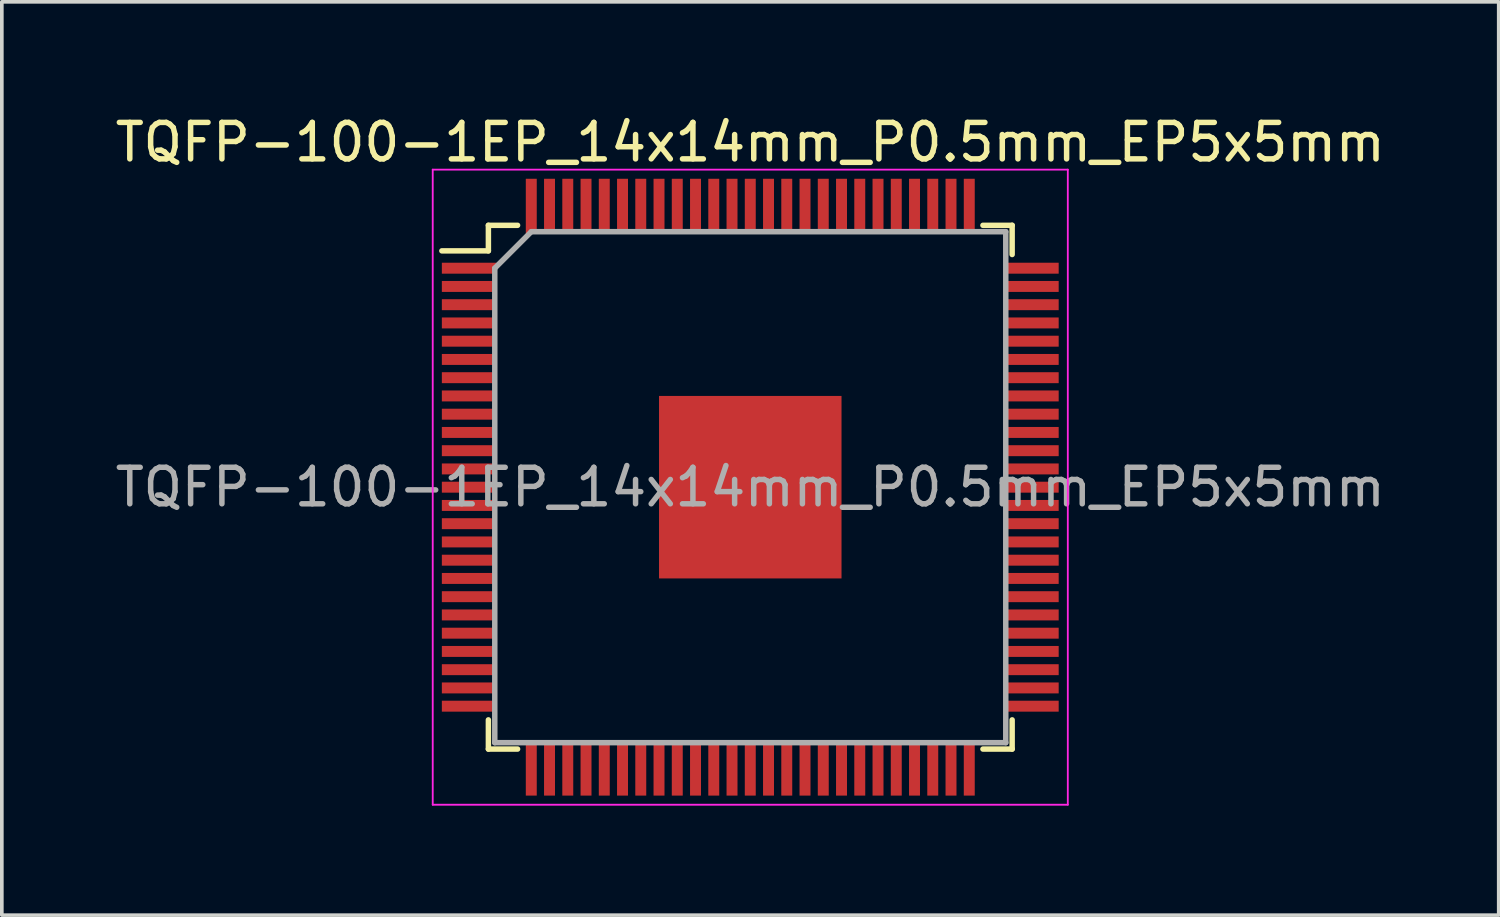
<source format=kicad_pcb>
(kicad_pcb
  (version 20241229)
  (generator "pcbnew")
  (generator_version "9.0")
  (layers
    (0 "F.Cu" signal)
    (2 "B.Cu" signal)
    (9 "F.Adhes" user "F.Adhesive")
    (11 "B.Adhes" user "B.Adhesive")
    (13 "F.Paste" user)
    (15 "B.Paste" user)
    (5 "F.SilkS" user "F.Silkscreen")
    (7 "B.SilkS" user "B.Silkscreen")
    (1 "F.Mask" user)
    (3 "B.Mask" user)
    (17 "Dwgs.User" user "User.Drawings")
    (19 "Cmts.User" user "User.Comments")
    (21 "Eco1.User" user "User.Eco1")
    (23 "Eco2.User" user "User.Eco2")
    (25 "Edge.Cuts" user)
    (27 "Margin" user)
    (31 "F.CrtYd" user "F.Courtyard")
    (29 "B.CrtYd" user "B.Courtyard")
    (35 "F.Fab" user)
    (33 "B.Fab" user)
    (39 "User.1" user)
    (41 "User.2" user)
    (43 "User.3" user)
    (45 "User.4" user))
  (footprint "TQFP-100-1EP_14x14mm_P0.5mm_EP5x5mm"
    (layer "F.Cu")
    (at 17.506 10.298)
    (property "Reference" "TQFP-100-1EP_14x14mm_P0.5mm_EP5x5mm" (at 0 -9.45 0) (layer "F.SilkS") (effects (font (size 1 1) (thickness 0.15))))
    (attr smd)
    (fp_line (start -7.175 -7.175) (end -7.175 -6.475) (stroke (width 0.15) (type solid)) (layer "F.SilkS"))
    (fp_line (start -7.175 -7.175) (end -6.375 -7.175) (stroke (width 0.15) (type solid)) (layer "F.SilkS"))
    (fp_line (start -7.175 -6.475) (end -8.45 -6.475) (stroke (width 0.15) (type solid)) (layer "F.SilkS"))
    (fp_line (start -7.175 7.175) (end -7.175 6.375) (stroke (width 0.15) (type solid)) (layer "F.SilkS"))
    (fp_line (start -7.175 7.175) (end -6.375 7.175) (stroke (width 0.15) (type solid)) (layer "F.SilkS"))
    (fp_line (start 7.175 -7.175) (end 6.375 -7.175) (stroke (width 0.15) (type solid)) (layer "F.SilkS"))
    (fp_line (start 7.175 -7.175) (end 7.175 -6.375) (stroke (width 0.15) (type solid)) (layer "F.SilkS"))
    (fp_line (start 7.175 7.175) (end 6.375 7.175) (stroke (width 0.15) (type solid)) (layer "F.SilkS"))
    (fp_line (start 7.175 7.175) (end 7.175 6.375) (stroke (width 0.15) (type solid)) (layer "F.SilkS"))
    (fp_line (start -8.7 -8.7) (end -8.7 8.7) (stroke (width 0.05) (type solid)) (layer "F.CrtYd"))
    (fp_line (start -8.7 -8.7) (end 8.7 -8.7) (stroke (width 0.05) (type solid)) (layer "F.CrtYd"))
    (fp_line (start -8.7 8.7) (end 8.7 8.7) (stroke (width 0.05) (type solid)) (layer "F.CrtYd"))
    (fp_line (start 8.7 -8.7) (end 8.7 8.7) (stroke (width 0.05) (type solid)) (layer "F.CrtYd"))
    (fp_line (start -7 -6) (end -6 -7) (stroke (width 0.15) (type solid)) (layer "F.Fab"))
    (fp_line (start -7 7) (end -7 -6) (stroke (width 0.15) (type solid)) (layer "F.Fab"))
    (fp_line (start -6 -7) (end 7 -7) (stroke (width 0.15) (type solid)) (layer "F.Fab"))
    (fp_line (start 7 -7) (end 7 7) (stroke (width 0.15) (type solid)) (layer "F.Fab"))
    (fp_line (start 7 7) (end -7 7) (stroke (width 0.15) (type solid)) (layer "F.Fab"))
    (fp_text user "${REFERENCE}" (at 0 0 0) (layer "F.Fab") (effects (font (size 1 1) (thickness 0.15))))
    (pad "" smd rect (at -1.875 -1.875) (size 1 1) (layers "F.Paste"))
    (pad "" smd rect (at -1.875 -0.625) (size 1 1) (layers "F.Paste"))
    (pad "" smd rect (at -1.875 0.625) (size 1 1) (layers "F.Paste"))
    (pad "" smd rect (at -1.875 1.875) (size 1 1) (layers "F.Paste"))
    (pad "" smd rect (at -0.625 -1.875) (size 1 1) (layers "F.Paste"))
    (pad "" smd rect (at -0.625 -0.625) (size 1 1) (layers "F.Paste"))
    (pad "" smd rect (at -0.625 0.625) (size 1 1) (layers "F.Paste"))
    (pad "" smd rect (at -0.625 1.875) (size 1 1) (layers "F.Paste"))
    (pad "" smd rect (at 0.625 -1.875) (size 1 1) (layers "F.Paste"))
    (pad "" smd rect (at 0.625 -0.625) (size 1 1) (layers "F.Paste"))
    (pad "" smd rect (at 0.625 0.625) (size 1 1) (layers "F.Paste"))
    (pad "" smd rect (at 0.625 1.875) (size 1 1) (layers "F.Paste"))
    (pad "" smd rect (at 1.875 -1.875) (size 1 1) (layers "F.Paste"))
    (pad "" smd rect (at 1.875 -0.625) (size 1 1) (layers "F.Paste"))
    (pad "" smd rect (at 1.875 0.625) (size 1 1) (layers "F.Paste"))
    (pad "" smd rect (at 1.875 1.875) (size 1 1) (layers "F.Paste"))
    (pad "1" smd rect (at -7.7 -6) (size 1.5 0.3) (layers "F.Cu" "F.Mask" "F.Paste"))
    (pad "2" smd rect (at -7.7 -5.5) (size 1.5 0.3) (layers "F.Cu" "F.Mask" "F.Paste"))
    (pad "3" smd rect (at -7.7 -5) (size 1.5 0.3) (layers "F.Cu" "F.Mask" "F.Paste"))
    (pad "4" smd rect (at -7.7 -4.5) (size 1.5 0.3) (layers "F.Cu" "F.Mask" "F.Paste"))
    (pad "5" smd rect (at -7.7 -4) (size 1.5 0.3) (layers "F.Cu" "F.Mask" "F.Paste"))
    (pad "6" smd rect (at -7.7 -3.5) (size 1.5 0.3) (layers "F.Cu" "F.Mask" "F.Paste"))
    (pad "7" smd rect (at -7.7 -3) (size 1.5 0.3) (layers "F.Cu" "F.Mask" "F.Paste"))
    (pad "8" smd rect (at -7.7 -2.5) (size 1.5 0.3) (layers "F.Cu" "F.Mask" "F.Paste"))
    (pad "9" smd rect (at -7.7 -2) (size 1.5 0.3) (layers "F.Cu" "F.Mask" "F.Paste"))
    (pad "10" smd rect (at -7.7 -1.5) (size 1.5 0.3) (layers "F.Cu" "F.Mask" "F.Paste"))
    (pad "11" smd rect (at -7.7 -1) (size 1.5 0.3) (layers "F.Cu" "F.Mask" "F.Paste"))
    (pad "12" smd rect (at -7.7 -0.5) (size 1.5 0.3) (layers "F.Cu" "F.Mask" "F.Paste"))
    (pad "13" smd rect (at -7.7 0) (size 1.5 0.3) (layers "F.Cu" "F.Mask" "F.Paste"))
    (pad "14" smd rect (at -7.7 0.5) (size 1.5 0.3) (layers "F.Cu" "F.Mask" "F.Paste"))
    (pad "15" smd rect (at -7.7 1) (size 1.5 0.3) (layers "F.Cu" "F.Mask" "F.Paste"))
    (pad "16" smd rect (at -7.7 1.5) (size 1.5 0.3) (layers "F.Cu" "F.Mask" "F.Paste"))
    (pad "17" smd rect (at -7.7 2) (size 1.5 0.3) (layers "F.Cu" "F.Mask" "F.Paste"))
    (pad "18" smd rect (at -7.7 2.5) (size 1.5 0.3) (layers "F.Cu" "F.Mask" "F.Paste"))
    (pad "19" smd rect (at -7.7 3) (size 1.5 0.3) (layers "F.Cu" "F.Mask" "F.Paste"))
    (pad "20" smd rect (at -7.7 3.5) (size 1.5 0.3) (layers "F.Cu" "F.Mask" "F.Paste"))
    (pad "21" smd rect (at -7.7 4) (size 1.5 0.3) (layers "F.Cu" "F.Mask" "F.Paste"))
    (pad "22" smd rect (at -7.7 4.5) (size 1.5 0.3) (layers "F.Cu" "F.Mask" "F.Paste"))
    (pad "23" smd rect (at -7.7 5) (size 1.5 0.3) (layers "F.Cu" "F.Mask" "F.Paste"))
    (pad "24" smd rect (at -7.7 5.5) (size 1.5 0.3) (layers "F.Cu" "F.Mask" "F.Paste"))
    (pad "25" smd rect (at -7.7 6) (size 1.5 0.3) (layers "F.Cu" "F.Mask" "F.Paste"))
    (pad "26" smd rect (at -6 7.7 90) (size 1.5 0.3) (layers "F.Cu" "F.Mask" "F.Paste"))
    (pad "27" smd rect (at -5.5 7.7 90) (size 1.5 0.3) (layers "F.Cu" "F.Mask" "F.Paste"))
    (pad "28" smd rect (at -5 7.7 90) (size 1.5 0.3) (layers "F.Cu" "F.Mask" "F.Paste"))
    (pad "29" smd rect (at -4.5 7.7 90) (size 1.5 0.3) (layers "F.Cu" "F.Mask" "F.Paste"))
    (pad "30" smd rect (at -4 7.7 90) (size 1.5 0.3) (layers "F.Cu" "F.Mask" "F.Paste"))
    (pad "31" smd rect (at -3.5 7.7 90) (size 1.5 0.3) (layers "F.Cu" "F.Mask" "F.Paste"))
    (pad "32" smd rect (at -3 7.7 90) (size 1.5 0.3) (layers "F.Cu" "F.Mask" "F.Paste"))
    (pad "33" smd rect (at -2.5 7.7 90) (size 1.5 0.3) (layers "F.Cu" "F.Mask" "F.Paste"))
    (pad "34" smd rect (at -2 7.7 90) (size 1.5 0.3) (layers "F.Cu" "F.Mask" "F.Paste"))
    (pad "35" smd rect (at -1.5 7.7 90) (size 1.5 0.3) (layers "F.Cu" "F.Mask" "F.Paste"))
    (pad "36" smd rect (at -1 7.7 90) (size 1.5 0.3) (layers "F.Cu" "F.Mask" "F.Paste"))
    (pad "37" smd rect (at -0.5 7.7 90) (size 1.5 0.3) (layers "F.Cu" "F.Mask" "F.Paste"))
    (pad "38" smd rect (at 0 7.7 90) (size 1.5 0.3) (layers "F.Cu" "F.Mask" "F.Paste"))
    (pad "39" smd rect (at 0.5 7.7 90) (size 1.5 0.3) (layers "F.Cu" "F.Mask" "F.Paste"))
    (pad "40" smd rect (at 1 7.7 90) (size 1.5 0.3) (layers "F.Cu" "F.Mask" "F.Paste"))
    (pad "41" smd rect (at 1.5 7.7 90) (size 1.5 0.3) (layers "F.Cu" "F.Mask" "F.Paste"))
    (pad "42" smd rect (at 2 7.7 90) (size 1.5 0.3) (layers "F.Cu" "F.Mask" "F.Paste"))
    (pad "43" smd rect (at 2.5 7.7 90) (size 1.5 0.3) (layers "F.Cu" "F.Mask" "F.Paste"))
    (pad "44" smd rect (at 3 7.7 90) (size 1.5 0.3) (layers "F.Cu" "F.Mask" "F.Paste"))
    (pad "45" smd rect (at 3.5 7.7 90) (size 1.5 0.3) (layers "F.Cu" "F.Mask" "F.Paste"))
    (pad "46" smd rect (at 4 7.7 90) (size 1.5 0.3) (layers "F.Cu" "F.Mask" "F.Paste"))
    (pad "47" smd rect (at 4.5 7.7 90) (size 1.5 0.3) (layers "F.Cu" "F.Mask" "F.Paste"))
    (pad "48" smd rect (at 5 7.7 90) (size 1.5 0.3) (layers "F.Cu" "F.Mask" "F.Paste"))
    (pad "49" smd rect (at 5.5 7.7 90) (size 1.5 0.3) (layers "F.Cu" "F.Mask" "F.Paste"))
    (pad "50" smd rect (at 6 7.7 90) (size 1.5 0.3) (layers "F.Cu" "F.Mask" "F.Paste"))
    (pad "51" smd rect (at 7.7 6) (size 1.5 0.3) (layers "F.Cu" "F.Mask" "F.Paste"))
    (pad "52" smd rect (at 7.7 5.5) (size 1.5 0.3) (layers "F.Cu" "F.Mask" "F.Paste"))
    (pad "53" smd rect (at 7.7 5) (size 1.5 0.3) (layers "F.Cu" "F.Mask" "F.Paste"))
    (pad "54" smd rect (at 7.7 4.5) (size 1.5 0.3) (layers "F.Cu" "F.Mask" "F.Paste"))
    (pad "55" smd rect (at 7.7 4) (size 1.5 0.3) (layers "F.Cu" "F.Mask" "F.Paste"))
    (pad "56" smd rect (at 7.7 3.5) (size 1.5 0.3) (layers "F.Cu" "F.Mask" "F.Paste"))
    (pad "57" smd rect (at 7.7 3) (size 1.5 0.3) (layers "F.Cu" "F.Mask" "F.Paste"))
    (pad "58" smd rect (at 7.7 2.5) (size 1.5 0.3) (layers "F.Cu" "F.Mask" "F.Paste"))
    (pad "59" smd rect (at 7.7 2) (size 1.5 0.3) (layers "F.Cu" "F.Mask" "F.Paste"))
    (pad "60" smd rect (at 7.7 1.5) (size 1.5 0.3) (layers "F.Cu" "F.Mask" "F.Paste"))
    (pad "61" smd rect (at 7.7 1) (size 1.5 0.3) (layers "F.Cu" "F.Mask" "F.Paste"))
    (pad "62" smd rect (at 7.7 0.5) (size 1.5 0.3) (layers "F.Cu" "F.Mask" "F.Paste"))
    (pad "63" smd rect (at 7.7 0) (size 1.5 0.3) (layers "F.Cu" "F.Mask" "F.Paste"))
    (pad "64" smd rect (at 7.7 -0.5) (size 1.5 0.3) (layers "F.Cu" "F.Mask" "F.Paste"))
    (pad "65" smd rect (at 7.7 -1) (size 1.5 0.3) (layers "F.Cu" "F.Mask" "F.Paste"))
    (pad "66" smd rect (at 7.7 -1.5) (size 1.5 0.3) (layers "F.Cu" "F.Mask" "F.Paste"))
    (pad "67" smd rect (at 7.7 -2) (size 1.5 0.3) (layers "F.Cu" "F.Mask" "F.Paste"))
    (pad "68" smd rect (at 7.7 -2.5) (size 1.5 0.3) (layers "F.Cu" "F.Mask" "F.Paste"))
    (pad "69" smd rect (at 7.7 -3) (size 1.5 0.3) (layers "F.Cu" "F.Mask" "F.Paste"))
    (pad "70" smd rect (at 7.7 -3.5) (size 1.5 0.3) (layers "F.Cu" "F.Mask" "F.Paste"))
    (pad "71" smd rect (at 7.7 -4) (size 1.5 0.3) (layers "F.Cu" "F.Mask" "F.Paste"))
    (pad "72" smd rect (at 7.7 -4.5) (size 1.5 0.3) (layers "F.Cu" "F.Mask" "F.Paste"))
    (pad "73" smd rect (at 7.7 -5) (size 1.5 0.3) (layers "F.Cu" "F.Mask" "F.Paste"))
    (pad "74" smd rect (at 7.7 -5.5) (size 1.5 0.3) (layers "F.Cu" "F.Mask" "F.Paste"))
    (pad "75" smd rect (at 7.7 -6) (size 1.5 0.3) (layers "F.Cu" "F.Mask" "F.Paste"))
    (pad "76" smd rect (at 6 -7.7 90) (size 1.5 0.3) (layers "F.Cu" "F.Mask" "F.Paste"))
    (pad "77" smd rect (at 5.5 -7.7 90) (size 1.5 0.3) (layers "F.Cu" "F.Mask" "F.Paste"))
    (pad "78" smd rect (at 5 -7.7 90) (size 1.5 0.3) (layers "F.Cu" "F.Mask" "F.Paste"))
    (pad "79" smd rect (at 4.5 -7.7 90) (size 1.5 0.3) (layers "F.Cu" "F.Mask" "F.Paste"))
    (pad "80" smd rect (at 4 -7.7 90) (size 1.5 0.3) (layers "F.Cu" "F.Mask" "F.Paste"))
    (pad "81" smd rect (at 3.5 -7.7 90) (size 1.5 0.3) (layers "F.Cu" "F.Mask" "F.Paste"))
    (pad "82" smd rect (at 3 -7.7 90) (size 1.5 0.3) (layers "F.Cu" "F.Mask" "F.Paste"))
    (pad "83" smd rect (at 2.5 -7.7 90) (size 1.5 0.3) (layers "F.Cu" "F.Mask" "F.Paste"))
    (pad "84" smd rect (at 2 -7.7 90) (size 1.5 0.3) (layers "F.Cu" "F.Mask" "F.Paste"))
    (pad "85" smd rect (at 1.5 -7.7 90) (size 1.5 0.3) (layers "F.Cu" "F.Mask" "F.Paste"))
    (pad "86" smd rect (at 1 -7.7 90) (size 1.5 0.3) (layers "F.Cu" "F.Mask" "F.Paste"))
    (pad "87" smd rect (at 0.5 -7.7 90) (size 1.5 0.3) (layers "F.Cu" "F.Mask" "F.Paste"))
    (pad "88" smd rect (at 0 -7.7 90) (size 1.5 0.3) (layers "F.Cu" "F.Mask" "F.Paste"))
    (pad "89" smd rect (at -0.5 -7.7 90) (size 1.5 0.3) (layers "F.Cu" "F.Mask" "F.Paste"))
    (pad "90" smd rect (at -1 -7.7 90) (size 1.5 0.3) (layers "F.Cu" "F.Mask" "F.Paste"))
    (pad "91" smd rect (at -1.5 -7.7 90) (size 1.5 0.3) (layers "F.Cu" "F.Mask" "F.Paste"))
    (pad "92" smd rect (at -2 -7.7 90) (size 1.5 0.3) (layers "F.Cu" "F.Mask" "F.Paste"))
    (pad "93" smd rect (at -2.5 -7.7 90) (size 1.5 0.3) (layers "F.Cu" "F.Mask" "F.Paste"))
    (pad "94" smd rect (at -3 -7.7 90) (size 1.5 0.3) (layers "F.Cu" "F.Mask" "F.Paste"))
    (pad "95" smd rect (at -3.5 -7.7 90) (size 1.5 0.3) (layers "F.Cu" "F.Mask" "F.Paste"))
    (pad "96" smd rect (at -4 -7.7 90) (size 1.5 0.3) (layers "F.Cu" "F.Mask" "F.Paste"))
    (pad "97" smd rect (at -4.5 -7.7 90) (size 1.5 0.3) (layers "F.Cu" "F.Mask" "F.Paste"))
    (pad "98" smd rect (at -5 -7.7 90) (size 1.5 0.3) (layers "F.Cu" "F.Mask" "F.Paste"))
    (pad "99" smd rect (at -5.5 -7.7 90) (size 1.5 0.3) (layers "F.Cu" "F.Mask" "F.Paste"))
    (pad "100" smd rect (at -6 -7.7 90) (size 1.5 0.3) (layers "F.Cu" "F.Mask" "F.Paste"))
    (pad "101" smd rect (at 0 0) (size 5 5) (layers "F.Cu" "F.Mask")))
  (gr_rect
    (start -3 -3)
    (end 38.012 22.023)
    (stroke (width 0.1) (type default))
    (fill no)
    (layer "Edge.Cuts")))
</source>
